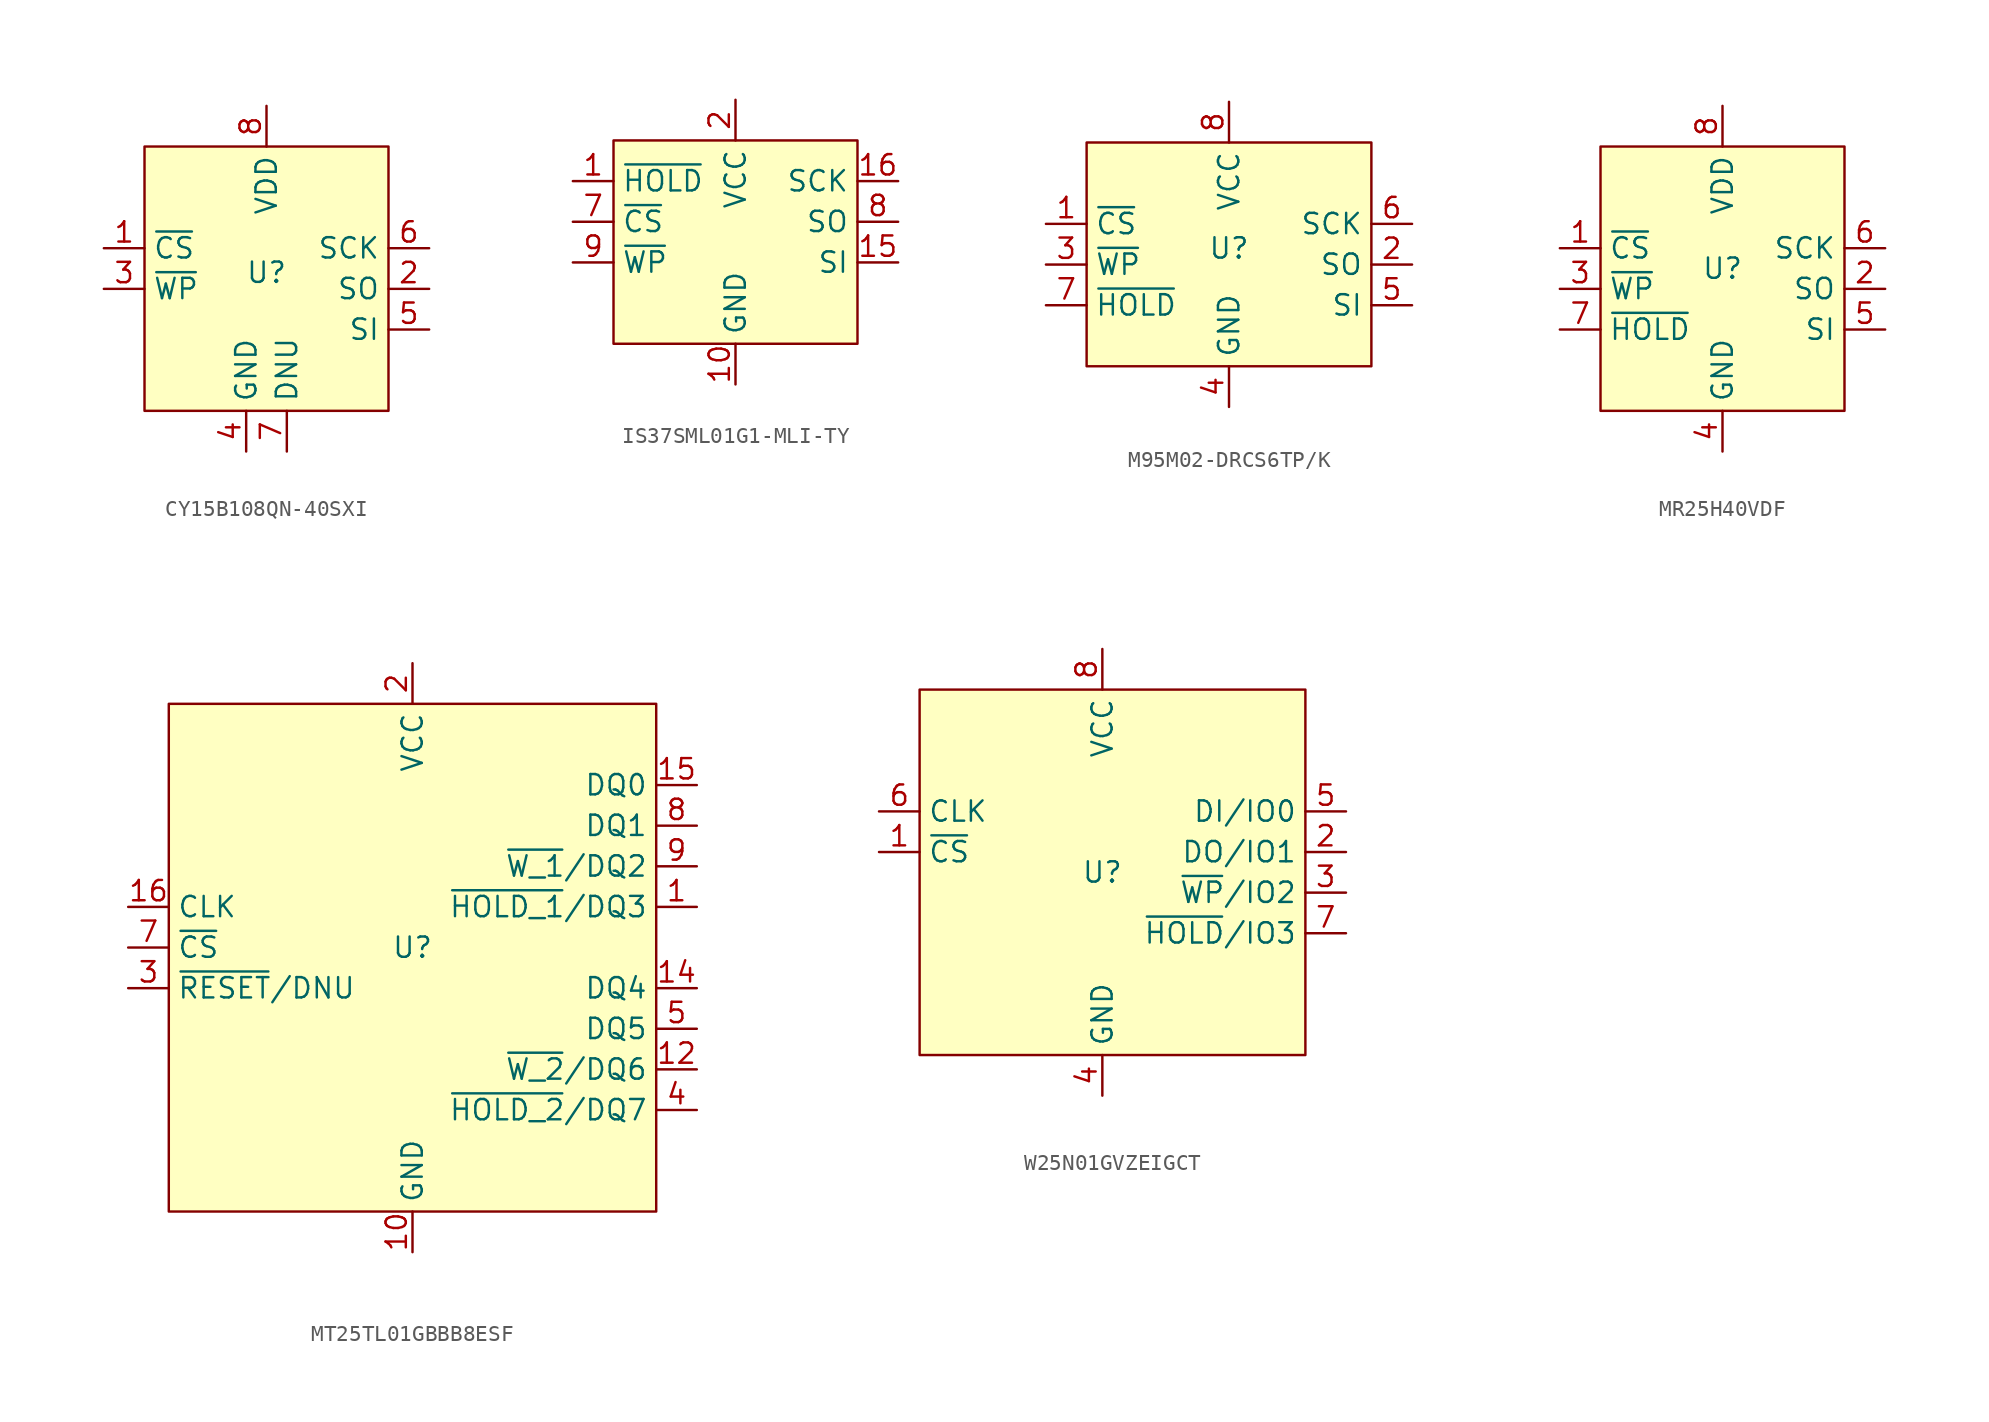
<source format=kicad_sym>
(kicad_symbol_lib
  (version 20241209)
  (generator "kicad_symbol_editor")
  (generator_version "9.0")
  (symbol "CY15B108QN-40SXI"
    (property "Reference" "U"
      (at 0 -0.254 0)
      (effects (font (size 1.27 1.27))))
    (property "Value" ""
      (at 0 0 0)
      (effects (font (size 1.27 1.27))))
    (symbol "CY15B108QN-40SXI_1_1"
      (rectangle (start -7.62 7.62) (end 7.62 -8.89) (stroke (width 0) (type solid)) (fill (type background)))
      (pin input line (at -10.16 1.27 0) (length 2.54) (name "~{CS}" (effects (font (size 1.27 1.27)))) (number "1" (effects (font (size 1.27 1.27)))))
      (pin input line (at -10.16 -1.27 0) (length 2.54) (name "~{WP}" (effects (font (size 1.27 1.27)))) (number "3" (effects (font (size 1.27 1.27)))))
      (pin power_in line (at -1.27 -11.43 90) (length 2.54) (name "GND" (effects (font (size 1.27 1.27)))) (number "4" (effects (font (size 1.27 1.27)))))
      (pin power_in line (at 0 10.16 270) (length 2.54) (name "VDD" (effects (font (size 1.27 1.27)))) (number "8" (effects (font (size 1.27 1.27)))))
      (pin power_in line (at 1.27 -11.43 90) (length 2.54) (name "DNU" (effects (font (size 1.27 1.27)))) (number "7" (effects (font (size 1.27 1.27)))))
      (pin input line (at 10.16 1.27 180) (length 2.54) (name "SCK" (effects (font (size 1.27 1.27)))) (number "6" (effects (font (size 1.27 1.27)))))
      (pin input line (at 10.16 -1.27 180) (length 2.54) (name "SO" (effects (font (size 1.27 1.27)))) (number "2" (effects (font (size 1.27 1.27)))))
      (pin input line (at 10.16 -3.81 180) (length 2.54) (name "SI" (effects (font (size 1.27 1.27)))) (number "5" (effects (font (size 1.27 1.27)))))))
  (symbol "IS37SML01G1-MLI-TY"
    (property "Reference" "IS37SML01G1-MLI-TY"
      (at 0.508 7.366 0)
      (effects (font (size 1.27 1.27)) (hide yes)))
    (property "Value" ""
      (at 0 0 0)
      (effects (font (size 1.27 1.27))))
    (symbol "IS37SML01G1-MLI-TY_1_1"
      (rectangle (start -7.62 0) (end 7.62 -12.7) (stroke (width 0) (type solid)) (fill (type background)))
      (pin input line (at -10.16 -2.54 0) (length 2.54) (name "~{HOLD}" (effects (font (size 1.27 1.27)))) (number "1" (effects (font (size 1.27 1.27)))))
      (pin input line (at -10.16 -5.08 0) (length 2.54) (name "~{CS}" (effects (font (size 1.27 1.27)))) (number "7" (effects (font (size 1.27 1.27)))))
      (pin input line (at -10.16 -7.62 0) (length 2.54) (name "~{WP}" (effects (font (size 1.27 1.27)))) (number "9" (effects (font (size 1.27 1.27)))))
      (pin no_connect line (at -7.62 -2.54 0) (length 2.54) (hide yes) (name "NC" (effects (font (size 1.27 1.27)))) (number "13" (effects (font (size 1.27 1.27)))))
      (pin no_connect line (at -7.62 -2.54 0) (length 2.54) (hide yes) (name "NC" (effects (font (size 1.27 1.27)))) (number "5" (effects (font (size 1.27 1.27)))))
      (pin no_connect line (at -7.62 -5.08 0) (length 2.54) (hide yes) (name "NC" (effects (font (size 1.27 1.27)))) (number "11" (effects (font (size 1.27 1.27)))))
      (pin no_connect line (at -7.62 -5.08 0) (length 2.54) (hide yes) (name "NC" (effects (font (size 1.27 1.27)))) (number "6" (effects (font (size 1.27 1.27)))))
      (pin no_connect line (at -7.62 -7.62 0) (length 2.54) (hide yes) (name "NC" (effects (font (size 1.27 1.27)))) (number "3" (effects (font (size 1.27 1.27)))))
      (pin power_in line (at 0 2.54 270) (length 2.54) (name "VCC" (effects (font (size 1.27 1.27)))) (number "2" (effects (font (size 1.27 1.27)))))
      (pin power_in line (at 0 -15.24 90) (length 2.54) (name "GND" (effects (font (size 1.27 1.27)))) (number "10" (effects (font (size 1.27 1.27)))))
      (pin no_connect line (at 7.62 -2.54 180) (length 2.54) (hide yes) (name "NC" (effects (font (size 1.27 1.27)))) (number "12" (effects (font (size 1.27 1.27)))))
      (pin no_connect line (at 7.62 -5.08 180) (length 2.54) (hide yes) (name "NC" (effects (font (size 1.27 1.27)))) (number "14" (effects (font (size 1.27 1.27)))))
      (pin no_connect line (at 7.62 -7.62 180) (length 2.54) (hide yes) (name "NC" (effects (font (size 1.27 1.27)))) (number "4" (effects (font (size 1.27 1.27)))))
      (pin input line (at 10.16 -2.54 180) (length 2.54) (name "SCK" (effects (font (size 1.27 1.27)))) (number "16" (effects (font (size 1.27 1.27)))))
      (pin input line (at 10.16 -5.08 180) (length 2.54) (name "SO" (effects (font (size 1.27 1.27)))) (number "8" (effects (font (size 1.27 1.27)))))
      (pin input line (at 10.16 -7.62 180) (length 2.54) (name "SI" (effects (font (size 1.27 1.27)))) (number "15" (effects (font (size 1.27 1.27)))))))
  (symbol "M95M02-DRCS6TP/K"
    (property "Reference" "U"
      (at 0 1.016 0)
      (effects (font (size 1.27 1.27))))
    (property "Value" ""
      (at 0 0 0)
      (effects (font (size 1.27 1.27))))
    (symbol "M95M02-DRCS6TP/K_1_1"
      (rectangle (start -8.89 7.62) (end 8.89 -6.35) (stroke (width 0) (type solid)) (fill (type background)))
      (pin input line (at -11.43 2.54 0) (length 2.54) (name "~{CS}" (effects (font (size 1.27 1.27)))) (number "1" (effects (font (size 1.27 1.27)))))
      (pin input line (at -11.43 0 0) (length 2.54) (name "~{WP}" (effects (font (size 1.27 1.27)))) (number "3" (effects (font (size 1.27 1.27)))))
      (pin input line (at -11.43 -2.54 0) (length 2.54) (name "~{HOLD}" (effects (font (size 1.27 1.27)))) (number "7" (effects (font (size 1.27 1.27)))))
      (pin input line (at 0 10.16 270) (length 2.54) (name "VCC" (effects (font (size 1.27 1.27)))) (number "8" (effects (font (size 1.27 1.27)))))
      (pin input line (at 0 -8.89 90) (length 2.54) (name "GND" (effects (font (size 1.27 1.27)))) (number "4" (effects (font (size 1.27 1.27)))))
      (pin input line (at 11.43 2.54 180) (length 2.54) (name "SCK" (effects (font (size 1.27 1.27)))) (number "6" (effects (font (size 1.27 1.27)))))
      (pin input line (at 11.43 0 180) (length 2.54) (name "SO" (effects (font (size 1.27 1.27)))) (number "2" (effects (font (size 1.27 1.27)))))
      (pin input line (at 11.43 -2.54 180) (length 2.54) (name "SI" (effects (font (size 1.27 1.27)))) (number "5" (effects (font (size 1.27 1.27)))))))
  (symbol "MR25H40VDF"
    (property "Reference" "U"
      (at 0 0 0)
      (effects (font (size 1.27 1.27))))
    (property "Value" ""
      (at 0 0 0)
      (effects (font (size 1.27 1.27))))
    (symbol "MR25H40VDF_1_1"
      (rectangle (start -7.62 7.62) (end 7.62 -8.89) (stroke (width 0) (type solid)) (fill (type background)))
      (pin input line (at -10.16 1.27 0) (length 2.54) (name "~{CS}" (effects (font (size 1.27 1.27)))) (number "1" (effects (font (size 1.27 1.27)))))
      (pin input line (at -10.16 -1.27 0) (length 2.54) (name "~{WP}" (effects (font (size 1.27 1.27)))) (number "3" (effects (font (size 1.27 1.27)))))
      (pin input line (at -10.16 -3.81 0) (length 2.54) (name "~{HOLD}" (effects (font (size 1.27 1.27)))) (number "7" (effects (font (size 1.27 1.27)))))
      (pin power_in line (at 0 10.16 270) (length 2.54) (name "VDD" (effects (font (size 1.27 1.27)))) (number "8" (effects (font (size 1.27 1.27)))))
      (pin power_in line (at 0 -11.43 90) (length 2.54) (name "GND" (effects (font (size 1.27 1.27)))) (number "4" (effects (font (size 1.27 1.27)))))
      (pin input line (at 10.16 1.27 180) (length 2.54) (name "SCK" (effects (font (size 1.27 1.27)))) (number "6" (effects (font (size 1.27 1.27)))))
      (pin input line (at 10.16 -1.27 180) (length 2.54) (name "SO" (effects (font (size 1.27 1.27)))) (number "2" (effects (font (size 1.27 1.27)))))
      (pin input line (at 10.16 -3.81 180) (length 2.54) (name "SI" (effects (font (size 1.27 1.27)))) (number "5" (effects (font (size 1.27 1.27)))))))
  (symbol "MT25TL01GBBB8ESF"
    (property "Reference" "U"
      (at 0 0 0)
      (effects (font (size 1.27 1.27))))
    (property "Value" ""
      (at 0 0 0)
      (effects (font (size 1.27 1.27))))
    (symbol "MT25TL01GBBB8ESF_1_1"
      (rectangle (start -15.24 15.24) (end 15.24 -16.51) (stroke (width 0) (type solid)) (fill (type background)))
      (pin input line (at -17.78 2.54 0) (length 2.54) (name "CLK" (effects (font (size 1.27 1.27)))) (number "16" (effects (font (size 1.27 1.27)))))
      (pin input line (at -17.78 0 0) (length 2.54) (name "~{CS}" (effects (font (size 1.27 1.27)))) (number "7" (effects (font (size 1.27 1.27)))))
      (pin input line (at -17.78 -2.54 0) (length 2.54) (name "~{RESET}/DNU" (effects (font (size 1.27 1.27)))) (number "3" (effects (font (size 1.27 1.27)))))
      (pin no_connect line (at -17.78 -2.54 0) (length 2.54) (hide yes) (name "NC" (effects (font (size 1.27 1.27)))) (number "6" (effects (font (size 1.27 1.27)))))
      (pin no_connect line (at -17.78 -5.08 0) (length 2.54) (hide yes) (name "NC" (effects (font (size 1.27 1.27)))) (number "11" (effects (font (size 1.27 1.27)))))
      (pin no_connect line (at -17.78 -7.62 0) (length 2.54) (hide yes) (name "NC" (effects (font (size 1.27 1.27)))) (number "13" (effects (font (size 1.27 1.27)))))
      (pin input line (at 0 17.78 270) (length 2.54) (name "VCC" (effects (font (size 1.27 1.27)))) (number "2" (effects (font (size 1.27 1.27)))))
      (pin input line (at 0 -19.05 90) (length 2.54) (name "GND" (effects (font (size 1.27 1.27)))) (number "10" (effects (font (size 1.27 1.27)))))
      (pin input line (at 17.78 10.16 180) (length 2.54) (name "DQ0" (effects (font (size 1.27 1.27)))) (number "15" (effects (font (size 1.27 1.27)))))
      (pin input line (at 17.78 7.62 180) (length 2.54) (name "DQ1" (effects (font (size 1.27 1.27)))) (number "8" (effects (font (size 1.27 1.27)))))
      (pin input line (at 17.78 5.08 180) (length 2.54) (name "~{W_1}/DQ2" (effects (font (size 1.27 1.27)))) (number "9" (effects (font (size 1.27 1.27)))))
      (pin input line (at 17.78 2.54 180) (length 2.54) (name "~{HOLD_1}/DQ3" (effects (font (size 1.27 1.27)))) (number "1" (effects (font (size 1.27 1.27)))))
      (pin input line (at 17.78 -2.54 180) (length 2.54) (name "DQ4" (effects (font (size 1.27 1.27)))) (number "14" (effects (font (size 1.27 1.27)))))
      (pin input line (at 17.78 -5.08 180) (length 2.54) (name "DQ5" (effects (font (size 1.27 1.27)))) (number "5" (effects (font (size 1.27 1.27)))))
      (pin input line (at 17.78 -7.62 180) (length 2.54) (name "~{W_2}/DQ6" (effects (font (size 1.27 1.27)))) (number "12" (effects (font (size 1.27 1.27)))))
      (pin input line (at 17.78 -10.16 180) (length 2.54) (name "~{HOLD_2}/DQ7" (effects (font (size 1.27 1.27)))) (number "4" (effects (font (size 1.27 1.27)))))))
  (symbol "W25N01GVZEIGCT"
    (property "Reference" "U"
      (at 0 0 0)
      (effects (font (size 1.27 1.27))))
    (property "Value" ""
      (at 0 0 0)
      (effects (font (size 1.27 1.27))))
    (symbol "W25N01GVZEIGCT_1_1"
      (rectangle (start -11.43 11.43) (end 12.7 -11.43) (stroke (width 0) (type solid)) (fill (type background)))
      (pin input line (at -13.97 3.81 0) (length 2.54) (name "CLK" (effects (font (size 1.27 1.27)))) (number "6" (effects (font (size 1.27 1.27)))))
      (pin input line (at -13.97 1.27 0) (length 2.54) (name "~{CS}" (effects (font (size 1.27 1.27)))) (number "1" (effects (font (size 1.27 1.27)))))
      (pin power_in line (at 0 13.97 270) (length 2.54) (name "VCC" (effects (font (size 1.27 1.27)))) (number "8" (effects (font (size 1.27 1.27)))))
      (pin power_in line (at 0 -13.97 90) (length 2.54) (name "GND" (effects (font (size 1.27 1.27)))) (number "4" (effects (font (size 1.27 1.27)))))
      (pin bidirectional line (at 15.24 3.81 180) (length 2.54) (name "DI/IO0" (effects (font (size 1.27 1.27)))) (number "5" (effects (font (size 1.27 1.27)))))
      (pin bidirectional line (at 15.24 1.27 180) (length 2.54) (name "DO/IO1" (effects (font (size 1.27 1.27)))) (number "2" (effects (font (size 1.27 1.27)))))
      (pin bidirectional line (at 15.24 -1.27 180) (length 2.54) (name "~{WP}/IO2" (effects (font (size 1.27 1.27)))) (number "3" (effects (font (size 1.27 1.27)))))
      (pin bidirectional line (at 15.24 -3.81 180) (length 2.54) (name "~{HOLD}/IO3" (effects (font (size 1.27 1.27)))) (number "7" (effects (font (size 1.27 1.27))))))))
</source>
